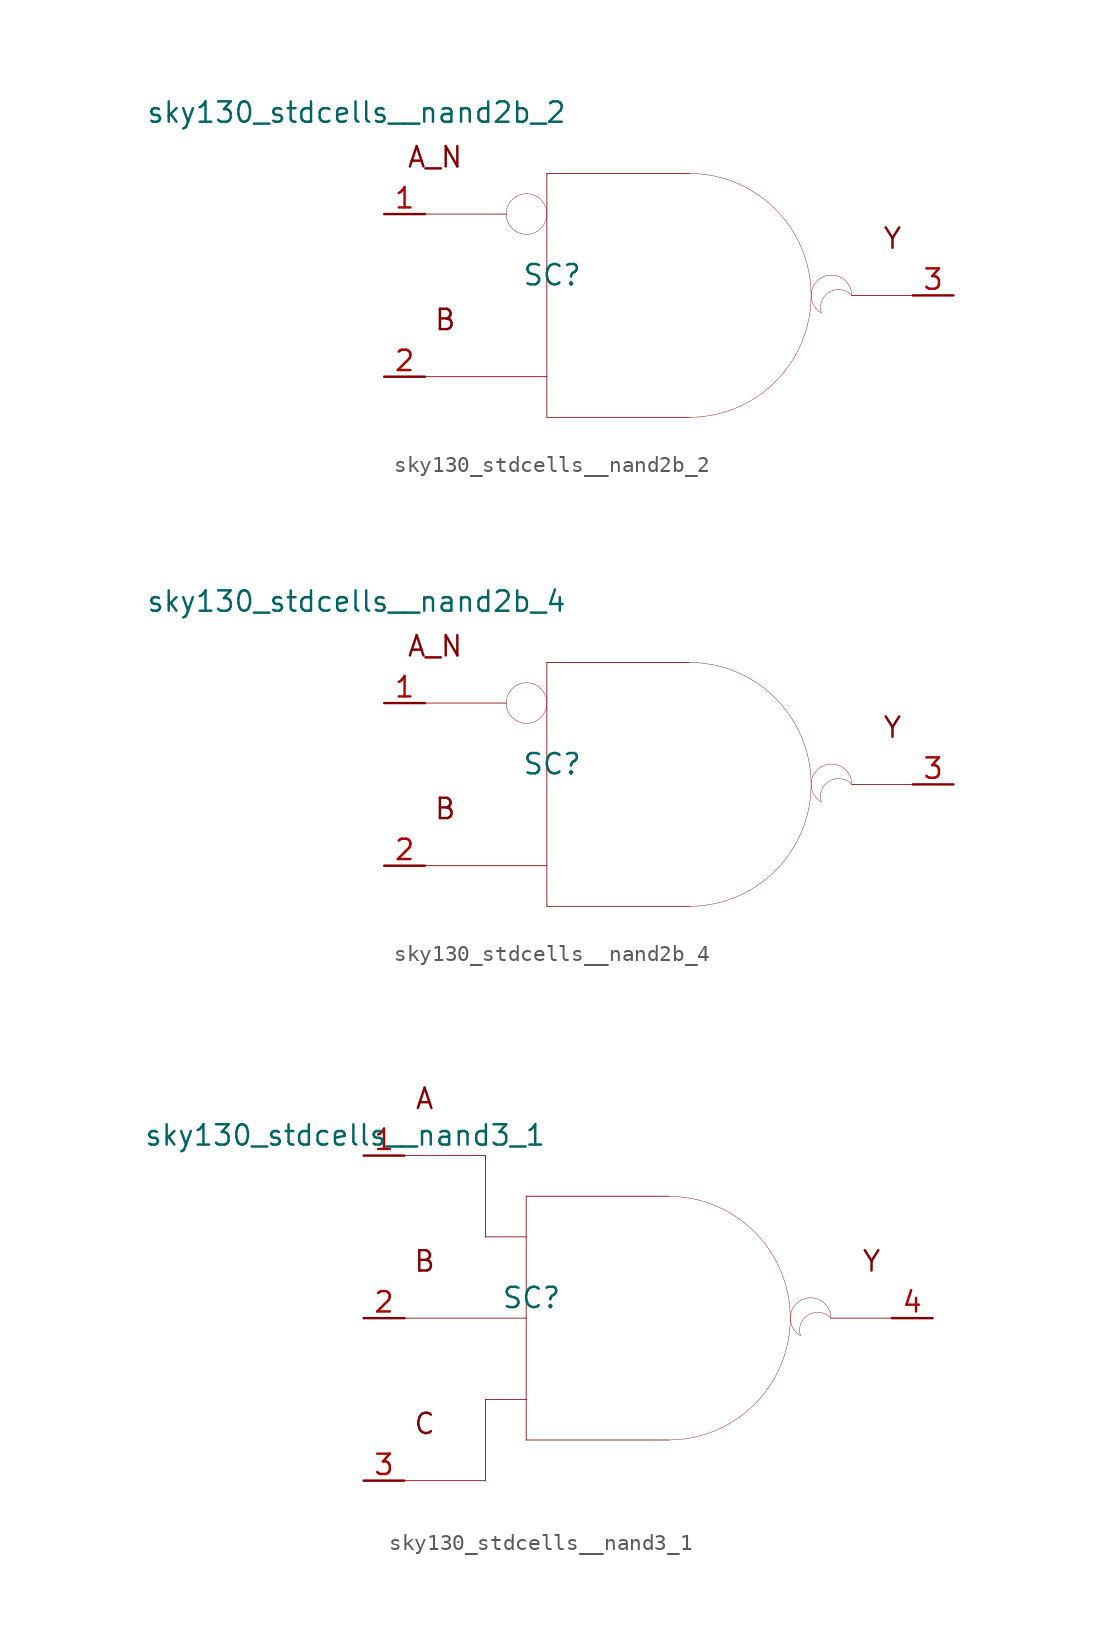
<source format=kicad_sym>
(kicad_symbol_lib
  (version 20211014)
  (generator kicad_symbol_editor)
  (symbol "sky130_stdcells__nand2b_2"
    (pin_names hide)
    (property "Reference" "SC"
      (at -7.29 1.27 0)
      (effects (font (size 1.27 1.27))))
    (property "Value" "sky130_stdcells__nand2b_2"
      (at -6.35 11.43 0)
      (effects (font (size 1.27 1.27)) (justify right)))
    (symbol "sky130_stdcells__nand2b_2_0_0"
      (arc (start -10.16 5.08) (mid -9.9898 4.445) (end -9.525 3.9801) (stroke (width 0.0254) (type default) (color 0 0 0 0)) (fill (type none)))
      (arc (start -9.525 3.9801) (mid -8.89 3.81) (end -8.255 3.9801) (stroke (width 0.0254) (type default) (color 0 0 0 0)) (fill (type none)))
      (arc (start -9.525 6.1799) (mid -9.9899 5.715) (end -10.16 5.08) (stroke (width 0.0254) (type default) (color 0 0 0 0)) (fill (type none)))
      (arc (start -8.255 3.9801) (mid -7.7901 4.445) (end -7.62 5.08) (stroke (width 0.0254) (type default) (color 0 0 0 0)) (fill (type none)))
      (arc (start -8.255 6.1799) (mid -8.89 6.35) (end -9.525 6.1799) (stroke (width 0.0254) (type default) (color 0 0 0 0)) (fill (type none)))
      (arc (start -7.62 5.08) (mid -7.7902 5.715) (end -8.255 6.1799) (stroke (width 0.0254) (type default) (color 0 0 0 0)) (fill (type none)))
      (polyline (pts (xy -15.24 -5.08) (xy -7.62 -5.08)) (stroke (width 0.051) (type default) (color 0 0 0 0)) (fill (type none)))
      (polyline (pts (xy -15.24 5.08) (xy -10.16 5.08)) (stroke (width 0.051) (type default) (color 0 0 0 0)) (fill (type none)))
      (polyline (pts (xy -7.62 -7.62) (xy 1.27 -7.62)) (stroke (width 0.051) (type default) (color 0 0 0 0)) (fill (type none)))
      (polyline (pts (xy -7.62 7.62) (xy -7.62 -7.62)) (stroke (width 0.051) (type default) (color 0 0 0 0)) (fill (type none)))
      (polyline (pts (xy -7.62 7.62) (xy 1.27 7.62)) (stroke (width 0.051) (type default) (color 0 0 0 0)) (fill (type none)))
      (polyline (pts (xy 11.43 0) (xy 15.24 0)) (stroke (width 0.051) (type default) (color 0 0 0 0)) (fill (type none)))
      (arc (start 1.27 -7.62) (mid 3.2422 -7.3604) (end 5.08 -6.5991) (stroke (width 0.0254) (type default) (color 0 0 0 0)) (fill (type none)))
      (arc (start 5.08 -6.5991) (mid 6.6581 -5.3881) (end 7.8691 -3.81) (stroke (width 0.0254) (type default) (color 0 0 0 0)) (fill (type none)))
      (arc (start 5.08 6.5991) (mid 3.2422 7.3603) (end 1.27 7.62) (stroke (width 0.0254) (type default) (color 0 0 0 0)) (fill (type none)))
      (arc (start 7.8691 -3.81) (mid 8.6303 -1.9722) (end 8.89 0) (stroke (width 0.0254) (type default) (color 0 0 0 0)) (fill (type none)))
      (arc (start 7.8691 3.81) (mid 6.6581 5.3881) (end 5.08 6.5991) (stroke (width 0.0254) (type default) (color 0 0 0 0)) (fill (type none)))
      (arc (start 8.89 0) (mid 8.6304 1.9722) (end 7.8691 3.81) (stroke (width 0.0254) (type default) (color 0 0 0 0)) (fill (type none)))
      (arc (start 9.525 1.0999) (mid 8.89 0) (end 9.525 -1.0999) (stroke (width 0.0254) (type default) (color 0 0 0 0)) (fill (type none)))
      (arc (start 11.43 0) (mid 9.5731 0.4743) (end 9.525 -1.0999) (stroke (width 0.0254) (type default) (color 0 0 0 0)) (fill (type none)))
      (arc (start 11.43 0) (mid 10.795 1.0998) (end 9.525 1.0999) (stroke (width 0.0254) (type default) (color 0 0 0 0)) (fill (type none)))
      (text "A_N" (at -14.605 8.636 0) (effects (font (size 1.27 1.27))))
      (text "B" (at -13.97 -1.524 0) (effects (font (size 1.27 1.27))))
      (text "Y" (at 13.97 3.556 0) (effects (font (size 1.27 1.27)))))
    (symbol "sky130_stdcells__nand2b_2_1_1"
      (pin input line (at -17.78 5.08 0) (length 2.54) (name "A_N" (effects (font (size 1.092 1.092)))) (number "1" (effects (font (size 1.27 1.27)))))
      (pin input line (at -17.78 -5.08 0) (length 2.54) (name "B" (effects (font (size 1.092 1.092)))) (number "2" (effects (font (size 1.27 1.27)))))
      (pin output line (at 17.78 0 180) (length 2.54) (name "Y" (effects (font (size 1.092 1.092)))) (number "3" (effects (font (size 1.27 1.27)))))))
  (symbol "sky130_stdcells__nand2b_4"
    (pin_names hide)
    (property "Reference" "SC"
      (at -7.29 1.27 0)
      (effects (font (size 1.27 1.27))))
    (property "Value" "sky130_stdcells__nand2b_4"
      (at -6.35 11.43 0)
      (effects (font (size 1.27 1.27)) (justify right)))
    (symbol "sky130_stdcells__nand2b_4_0_0"
      (arc (start -10.16 5.08) (mid -9.9898 4.445) (end -9.525 3.9801) (stroke (width 0.0254) (type default) (color 0 0 0 0)) (fill (type none)))
      (arc (start -9.525 3.9801) (mid -8.89 3.81) (end -8.255 3.9801) (stroke (width 0.0254) (type default) (color 0 0 0 0)) (fill (type none)))
      (arc (start -9.525 6.1799) (mid -9.9899 5.715) (end -10.16 5.08) (stroke (width 0.0254) (type default) (color 0 0 0 0)) (fill (type none)))
      (arc (start -8.255 3.9801) (mid -7.7901 4.445) (end -7.62 5.08) (stroke (width 0.0254) (type default) (color 0 0 0 0)) (fill (type none)))
      (arc (start -8.255 6.1799) (mid -8.89 6.35) (end -9.525 6.1799) (stroke (width 0.0254) (type default) (color 0 0 0 0)) (fill (type none)))
      (arc (start -7.62 5.08) (mid -7.7902 5.715) (end -8.255 6.1799) (stroke (width 0.0254) (type default) (color 0 0 0 0)) (fill (type none)))
      (polyline (pts (xy -15.24 -5.08) (xy -7.62 -5.08)) (stroke (width 0.051) (type default) (color 0 0 0 0)) (fill (type none)))
      (polyline (pts (xy -15.24 5.08) (xy -10.16 5.08)) (stroke (width 0.051) (type default) (color 0 0 0 0)) (fill (type none)))
      (polyline (pts (xy -7.62 -7.62) (xy 1.27 -7.62)) (stroke (width 0.051) (type default) (color 0 0 0 0)) (fill (type none)))
      (polyline (pts (xy -7.62 7.62) (xy -7.62 -7.62)) (stroke (width 0.051) (type default) (color 0 0 0 0)) (fill (type none)))
      (polyline (pts (xy -7.62 7.62) (xy 1.27 7.62)) (stroke (width 0.051) (type default) (color 0 0 0 0)) (fill (type none)))
      (polyline (pts (xy 11.43 0) (xy 15.24 0)) (stroke (width 0.051) (type default) (color 0 0 0 0)) (fill (type none)))
      (arc (start 1.27 -7.62) (mid 3.2422 -7.3604) (end 5.08 -6.5991) (stroke (width 0.0254) (type default) (color 0 0 0 0)) (fill (type none)))
      (arc (start 5.08 -6.5991) (mid 6.6581 -5.3881) (end 7.8691 -3.81) (stroke (width 0.0254) (type default) (color 0 0 0 0)) (fill (type none)))
      (arc (start 5.08 6.5991) (mid 3.2422 7.3603) (end 1.27 7.62) (stroke (width 0.0254) (type default) (color 0 0 0 0)) (fill (type none)))
      (arc (start 7.8691 -3.81) (mid 8.6303 -1.9722) (end 8.89 0) (stroke (width 0.0254) (type default) (color 0 0 0 0)) (fill (type none)))
      (arc (start 7.8691 3.81) (mid 6.6581 5.3881) (end 5.08 6.5991) (stroke (width 0.0254) (type default) (color 0 0 0 0)) (fill (type none)))
      (arc (start 8.89 0) (mid 8.6304 1.9722) (end 7.8691 3.81) (stroke (width 0.0254) (type default) (color 0 0 0 0)) (fill (type none)))
      (arc (start 9.525 1.0999) (mid 8.89 0) (end 9.525 -1.0999) (stroke (width 0.0254) (type default) (color 0 0 0 0)) (fill (type none)))
      (arc (start 11.43 0) (mid 9.5731 0.4743) (end 9.525 -1.0999) (stroke (width 0.0254) (type default) (color 0 0 0 0)) (fill (type none)))
      (arc (start 11.43 0) (mid 10.795 1.0998) (end 9.525 1.0999) (stroke (width 0.0254) (type default) (color 0 0 0 0)) (fill (type none)))
      (text "A_N" (at -14.605 8.636 0) (effects (font (size 1.27 1.27))))
      (text "B" (at -13.97 -1.524 0) (effects (font (size 1.27 1.27))))
      (text "Y" (at 13.97 3.556 0) (effects (font (size 1.27 1.27)))))
    (symbol "sky130_stdcells__nand2b_4_1_1"
      (pin input line (at -17.78 5.08 0) (length 2.54) (name "A_N" (effects (font (size 1.092 1.092)))) (number "1" (effects (font (size 1.27 1.27)))))
      (pin input line (at -17.78 -5.08 0) (length 2.54) (name "B" (effects (font (size 1.092 1.092)))) (number "2" (effects (font (size 1.27 1.27)))))
      (pin output line (at 17.78 0 180) (length 2.54) (name "Y" (effects (font (size 1.092 1.092)))) (number "3" (effects (font (size 1.27 1.27)))))))
  (symbol "sky130_stdcells__nand3_1"
    (pin_names hide)
    (property "Reference" "SC"
      (at -7.29 1.27 0)
      (effects (font (size 1.27 1.27))))
    (property "Value" "sky130_stdcells__nand3_1"
      (at -6.35 11.43 0)
      (effects (font (size 1.27 1.27)) (justify right)))
    (symbol "sky130_stdcells__nand3_1_0_0"
      (polyline (pts (xy -15.24 -10.16) (xy -10.16 -10.16)) (stroke (width 0.051) (type default) (color 0 0 0 0)) (fill (type none)))
      (polyline (pts (xy -15.24 0) (xy -7.62 0)) (stroke (width 0.051) (type default) (color 0 0 0 0)) (fill (type none)))
      (polyline (pts (xy -15.24 10.16) (xy -10.16 10.16)) (stroke (width 0.051) (type default) (color 0 0 0 0)) (fill (type none)))
      (polyline (pts (xy -10.16 -5.08) (xy -10.16 -10.16)) (stroke (width 0.051) (type default) (color 0 0 0 0)) (fill (type none)))
      (polyline (pts (xy -10.16 -5.08) (xy -7.62 -5.08)) (stroke (width 0.051) (type default) (color 0 0 0 0)) (fill (type none)))
      (polyline (pts (xy -10.16 5.08) (xy -7.62 5.08)) (stroke (width 0.051) (type default) (color 0 0 0 0)) (fill (type none)))
      (polyline (pts (xy -10.16 10.16) (xy -10.16 5.08)) (stroke (width 0.051) (type default) (color 0 0 0 0)) (fill (type none)))
      (polyline (pts (xy -7.62 -7.62) (xy 1.27 -7.62)) (stroke (width 0.051) (type default) (color 0 0 0 0)) (fill (type none)))
      (polyline (pts (xy -7.62 7.62) (xy -7.62 -7.62)) (stroke (width 0.051) (type default) (color 0 0 0 0)) (fill (type none)))
      (polyline (pts (xy -7.62 7.62) (xy 1.27 7.62)) (stroke (width 0.051) (type default) (color 0 0 0 0)) (fill (type none)))
      (polyline (pts (xy 11.43 0) (xy 15.24 0)) (stroke (width 0.051) (type default) (color 0 0 0 0)) (fill (type none)))
      (arc (start 1.27 -7.62) (mid 3.2422 -7.3604) (end 5.08 -6.5991) (stroke (width 0.0254) (type default) (color 0 0 0 0)) (fill (type none)))
      (arc (start 5.08 -6.5991) (mid 6.6581 -5.3881) (end 7.8691 -3.81) (stroke (width 0.0254) (type default) (color 0 0 0 0)) (fill (type none)))
      (arc (start 5.08 6.5991) (mid 3.2422 7.3603) (end 1.27 7.62) (stroke (width 0.0254) (type default) (color 0 0 0 0)) (fill (type none)))
      (arc (start 7.8691 -3.81) (mid 8.6303 -1.9722) (end 8.89 0) (stroke (width 0.0254) (type default) (color 0 0 0 0)) (fill (type none)))
      (arc (start 7.8691 3.81) (mid 6.6581 5.3881) (end 5.08 6.5991) (stroke (width 0.0254) (type default) (color 0 0 0 0)) (fill (type none)))
      (arc (start 8.89 0) (mid 8.6304 1.9722) (end 7.8691 3.81) (stroke (width 0.0254) (type default) (color 0 0 0 0)) (fill (type none)))
      (arc (start 9.525 1.0999) (mid 8.89 0) (end 9.525 -1.0999) (stroke (width 0.0254) (type default) (color 0 0 0 0)) (fill (type none)))
      (arc (start 11.43 0) (mid 9.5731 0.4743) (end 9.525 -1.0999) (stroke (width 0.0254) (type default) (color 0 0 0 0)) (fill (type none)))
      (arc (start 11.43 0) (mid 10.795 1.0998) (end 9.525 1.0999) (stroke (width 0.0254) (type default) (color 0 0 0 0)) (fill (type none)))
      (text "A" (at -13.97 13.716 0) (effects (font (size 1.27 1.27))))
      (text "B" (at -13.97 3.556 0) (effects (font (size 1.27 1.27))))
      (text "C" (at -13.97 -6.604 0) (effects (font (size 1.27 1.27))))
      (text "Y" (at 13.97 3.556 0) (effects (font (size 1.27 1.27)))))
    (symbol "sky130_stdcells__nand3_1_1_1"
      (pin input line (at -17.78 10.16 0) (length 2.54) (name "A" (effects (font (size 1.092 1.092)))) (number "1" (effects (font (size 1.27 1.27)))))
      (pin input line (at -17.78 0 0) (length 2.54) (name "B" (effects (font (size 1.092 1.092)))) (number "2" (effects (font (size 1.27 1.27)))))
      (pin input line (at -17.78 -10.16 0) (length 2.54) (name "C" (effects (font (size 1.092 1.092)))) (number "3" (effects (font (size 1.27 1.27)))))
      (pin output line (at 17.78 0 180) (length 2.54) (name "Y" (effects (font (size 1.092 1.092)))) (number "4" (effects (font (size 1.27 1.27))))))))
</source>
